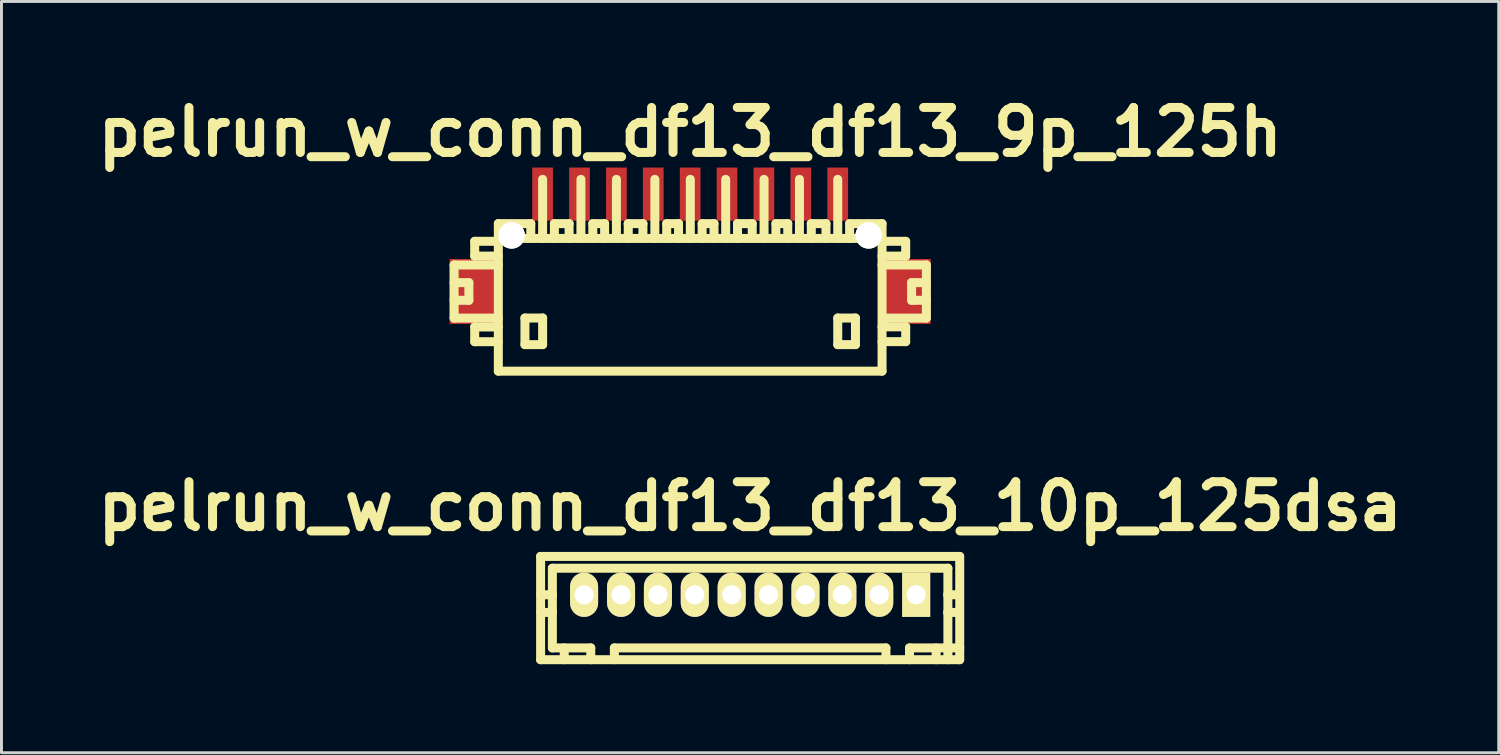
<source format=kicad_pcb>
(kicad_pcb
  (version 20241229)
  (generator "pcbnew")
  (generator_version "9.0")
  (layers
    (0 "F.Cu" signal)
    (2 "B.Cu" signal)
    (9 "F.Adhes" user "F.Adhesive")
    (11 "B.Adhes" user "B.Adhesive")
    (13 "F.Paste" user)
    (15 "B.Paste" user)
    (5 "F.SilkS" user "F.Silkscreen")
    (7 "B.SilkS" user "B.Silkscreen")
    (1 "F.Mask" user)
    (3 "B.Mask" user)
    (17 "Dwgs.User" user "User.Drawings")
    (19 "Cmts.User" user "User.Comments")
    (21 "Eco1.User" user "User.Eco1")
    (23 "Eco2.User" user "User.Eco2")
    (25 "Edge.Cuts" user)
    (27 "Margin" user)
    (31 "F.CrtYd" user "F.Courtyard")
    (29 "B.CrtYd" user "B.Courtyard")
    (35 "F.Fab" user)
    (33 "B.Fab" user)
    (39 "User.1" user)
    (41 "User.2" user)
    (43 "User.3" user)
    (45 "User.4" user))
  (footprint "pelrun_w_conn_df13_df13_9p_125h"
    (layer "F.Cu")
    (at 20.335 7.027)
    (property "Reference" "pelrun_w_conn_df13_df13_9p_125h" (at 0 -5.601 0) (layer "F.SilkS") (effects (font (size 1.524 1.524) (thickness 0.305))))
    (attr through_hole)
    (fp_line (start -7.998 -1.1) (end -7.998 0.701) (stroke (width 0.305) (type solid)) (layer "F.SilkS"))
    (fp_line (start -7.998 0.701) (end -6.5 0.701) (stroke (width 0.305) (type solid)) (layer "F.SilkS"))
    (fp_line (start -7.498 -0.5) (end -7.998 -0.5) (stroke (width 0.305) (type solid)) (layer "F.SilkS"))
    (fp_line (start -7.498 0.099) (end -7.998 0.099) (stroke (width 0.305) (type solid)) (layer "F.SilkS"))
    (fp_line (start -7.498 0.099) (end -7.498 -0.5) (stroke (width 0.305) (type solid)) (layer "F.SilkS"))
    (fp_line (start -7.3 -1.9) (end -7.3 -1.4) (stroke (width 0.305) (type solid)) (layer "F.SilkS"))
    (fp_line (start -7.3 -1.9) (end -6.5 -1.9) (stroke (width 0.305) (type solid)) (layer "F.SilkS"))
    (fp_line (start -7.3 1.001) (end -7.3 1.501) (stroke (width 0.305) (type solid)) (layer "F.SilkS"))
    (fp_line (start -7.3 1.501) (end -6.5 1.501) (stroke (width 0.305) (type solid)) (layer "F.SilkS"))
    (fp_line (start -6.5 -1.999) (end 6.5 -1.999) (stroke (width 0.305) (type solid)) (layer "F.SilkS"))
    (fp_line (start -6.5 -1.4) (end -7.3 -1.4) (stroke (width 0.305) (type solid)) (layer "F.SilkS"))
    (fp_line (start -6.5 -1.1) (end -7.998 -1.1) (stroke (width 0.305) (type solid)) (layer "F.SilkS"))
    (fp_line (start -6.5 1.001) (end -7.3 1.001) (stroke (width 0.305) (type solid)) (layer "F.SilkS"))
    (fp_line (start -6.5 2.499) (end -6.5 -2.499) (stroke (width 0.305) (type solid)) (layer "F.SilkS"))
    (fp_line (start -5.598 0.699) (end -5.598 1.6) (stroke (width 0.305) (type solid)) (layer "F.SilkS"))
    (fp_line (start -5.598 1.6) (end -4.999 1.6) (stroke (width 0.305) (type solid)) (layer "F.SilkS"))
    (fp_line (start -5.4 -2.499) (end -6.5 -2.499) (stroke (width 0.305) (type solid)) (layer "F.SilkS"))
    (fp_line (start -5.4 -2.499) (end -5.4 -1.999) (stroke (width 0.305) (type solid)) (layer "F.SilkS"))
    (fp_line (start -4.999 -4) (end -4.999 -1.999) (stroke (width 0.305) (type solid)) (layer "F.SilkS"))
    (fp_line (start -4.999 0.699) (end -5.598 0.699) (stroke (width 0.305) (type solid)) (layer "F.SilkS"))
    (fp_line (start -4.999 1.6) (end -4.999 0.699) (stroke (width 0.305) (type solid)) (layer "F.SilkS"))
    (fp_line (start -4.602 -2.499) (end -4.102 -2.499) (stroke (width 0.305) (type solid)) (layer "F.SilkS"))
    (fp_line (start -4.6 -1.999) (end -4.6 -2.499) (stroke (width 0.305) (type solid)) (layer "F.SilkS"))
    (fp_line (start -4.102 -2.499) (end -4.102 -1.999) (stroke (width 0.305) (type solid)) (layer "F.SilkS"))
    (fp_line (start -3.701 -1.999) (end -3.701 -4) (stroke (width 0.305) (type solid)) (layer "F.SilkS"))
    (fp_line (start -3.299 -2.499) (end -3.299 -1.999) (stroke (width 0.305) (type solid)) (layer "F.SilkS"))
    (fp_line (start -2.898 -2.499) (end -3.299 -2.499) (stroke (width 0.305) (type solid)) (layer "F.SilkS"))
    (fp_line (start -2.898 -2.499) (end -2.898 -1.999) (stroke (width 0.305) (type solid)) (layer "F.SilkS"))
    (fp_line (start -2.499 -1.999) (end -2.499 -4) (stroke (width 0.305) (type solid)) (layer "F.SilkS"))
    (fp_line (start -2.101 -2.499) (end -1.6 -2.499) (stroke (width 0.305) (type solid)) (layer "F.SilkS"))
    (fp_line (start -2.098 -1.999) (end -2.098 -2.499) (stroke (width 0.305) (type solid)) (layer "F.SilkS"))
    (fp_line (start -1.6 -2.499) (end -1.6 -1.999) (stroke (width 0.305) (type solid)) (layer "F.SilkS"))
    (fp_line (start -1.196 -1.999) (end -1.196 -4) (stroke (width 0.305) (type solid)) (layer "F.SilkS"))
    (fp_line (start -0.795 -2.499) (end -0.795 -1.999) (stroke (width 0.305) (type solid)) (layer "F.SilkS"))
    (fp_line (start -0.394 -2.499) (end -0.795 -2.499) (stroke (width 0.305) (type solid)) (layer "F.SilkS"))
    (fp_line (start -0.394 -2.499) (end -0.394 -1.999) (stroke (width 0.305) (type solid)) (layer "F.SilkS"))
    (fp_line (start 0.005 -1.999) (end 0.005 -4) (stroke (width 0.305) (type solid)) (layer "F.SilkS"))
    (fp_line (start 0.406 -2.499) (end 0.406 -1.999) (stroke (width 0.305) (type solid)) (layer "F.SilkS"))
    (fp_line (start 0.808 -2.499) (end 0.406 -2.499) (stroke (width 0.305) (type solid)) (layer "F.SilkS"))
    (fp_line (start 0.808 -2.499) (end 0.808 -1.999) (stroke (width 0.305) (type solid)) (layer "F.SilkS"))
    (fp_line (start 1.204 -1.999) (end 1.204 -4) (stroke (width 0.305) (type solid)) (layer "F.SilkS"))
    (fp_line (start 1.603 -2.499) (end 2.103 -2.499) (stroke (width 0.305) (type solid)) (layer "F.SilkS"))
    (fp_line (start 1.605 -1.999) (end 1.605 -2.499) (stroke (width 0.305) (type solid)) (layer "F.SilkS"))
    (fp_line (start 2.103 -2.499) (end 2.103 -1.999) (stroke (width 0.305) (type solid)) (layer "F.SilkS"))
    (fp_line (start 2.504 -1.999) (end 2.504 -4) (stroke (width 0.305) (type solid)) (layer "F.SilkS"))
    (fp_line (start 2.906 -2.499) (end 2.906 -1.999) (stroke (width 0.305) (type solid)) (layer "F.SilkS"))
    (fp_line (start 3.307 -2.499) (end 2.906 -2.499) (stroke (width 0.305) (type solid)) (layer "F.SilkS"))
    (fp_line (start 3.307 -2.499) (end 3.307 -1.999) (stroke (width 0.305) (type solid)) (layer "F.SilkS"))
    (fp_line (start 3.703 -1.999) (end 3.703 -4) (stroke (width 0.305) (type solid)) (layer "F.SilkS"))
    (fp_line (start 4.102 -2.499) (end 4.602 -2.499) (stroke (width 0.305) (type solid)) (layer "F.SilkS"))
    (fp_line (start 4.105 -1.999) (end 4.105 -2.499) (stroke (width 0.305) (type solid)) (layer "F.SilkS"))
    (fp_line (start 4.602 -2.499) (end 4.602 -1.999) (stroke (width 0.305) (type solid)) (layer "F.SilkS"))
    (fp_line (start 5.001 -1.999) (end 5.001 -4) (stroke (width 0.305) (type solid)) (layer "F.SilkS"))
    (fp_line (start 5.001 0.699) (end 5.601 0.699) (stroke (width 0.305) (type solid)) (layer "F.SilkS"))
    (fp_line (start 5.001 1.6) (end 5.001 0.699) (stroke (width 0.305) (type solid)) (layer "F.SilkS"))
    (fp_line (start 5.403 -2.499) (end 5.403 -1.999) (stroke (width 0.305) (type solid)) (layer "F.SilkS"))
    (fp_line (start 5.601 0.699) (end 5.601 1.6) (stroke (width 0.305) (type solid)) (layer "F.SilkS"))
    (fp_line (start 5.601 1.6) (end 5.001 1.6) (stroke (width 0.305) (type solid)) (layer "F.SilkS"))
    (fp_line (start 6.5 2.499) (end -6.5 2.499) (stroke (width 0.305) (type solid)) (layer "F.SilkS"))
    (fp_line (start 6.502 -2.499) (end 5.403 -2.499) (stroke (width 0.305) (type solid)) (layer "F.SilkS"))
    (fp_line (start 6.502 -2.499) (end 6.502 2.499) (stroke (width 0.305) (type solid)) (layer "F.SilkS"))
    (fp_line (start 6.502 -1.9) (end 7.303 -1.9) (stroke (width 0.305) (type solid)) (layer "F.SilkS"))
    (fp_line (start 6.502 0.998) (end 7.303 0.998) (stroke (width 0.305) (type solid)) (layer "F.SilkS"))
    (fp_line (start 7.303 -1.9) (end 7.303 -1.4) (stroke (width 0.305) (type solid)) (layer "F.SilkS"))
    (fp_line (start 7.303 -1.4) (end 6.502 -1.4) (stroke (width 0.305) (type solid)) (layer "F.SilkS"))
    (fp_line (start 7.303 0.998) (end 7.303 1.499) (stroke (width 0.305) (type solid)) (layer "F.SilkS"))
    (fp_line (start 7.303 1.499) (end 6.502 1.499) (stroke (width 0.305) (type solid)) (layer "F.SilkS"))
    (fp_line (start 7.503 0.099) (end 7.503 -0.5) (stroke (width 0.305) (type solid)) (layer "F.SilkS"))
    (fp_line (start 8.001 -1.1) (end 6.502 -1.1) (stroke (width 0.305) (type solid)) (layer "F.SilkS"))
    (fp_line (start 8.001 0.701) (end 6.601 0.701) (stroke (width 0.305) (type solid)) (layer "F.SilkS"))
    (fp_line (start 8.004 -1.1) (end 8.004 0.701) (stroke (width 0.305) (type solid)) (layer "F.SilkS"))
    (fp_line (start 8.004 -0.5) (end 7.503 -0.5) (stroke (width 0.305) (type solid)) (layer "F.SilkS"))
    (fp_line (start 8.004 0.099) (end 7.503 0.099) (stroke (width 0.305) (type solid)) (layer "F.SilkS"))
    (pad "" smd rect (at -7.351 -0.201) (size 1.6 2.2) (layers "F.Cu" "F.Mask" "F.Paste"))
    (pad "" np_thru_hole circle (at -6.05 -2.101) (size 0.899 0.899) (drill 0.899) (layers "*.Cu" "*.Mask" "F.SilkS"))
    (pad "" np_thru_hole circle (at 6.05 -2.101) (size 0.899 0.899) (drill 0.899) (layers "*.Cu" "*.Mask" "F.SilkS"))
    (pad "" smd rect (at 7.351 -0.201) (size 1.6 2.2) (layers "F.Cu" "F.Mask" "F.Paste"))
    (pad "1" smd rect (at 5.001 -3.5) (size 0.701 1.801) (layers "F.Cu" "F.Mask" "F.Paste"))
    (pad "2" smd rect (at 3.749 -3.5) (size 0.701 1.801) (layers "F.Cu" "F.Mask" "F.Paste"))
    (pad "3" smd rect (at 2.499 -3.5) (size 0.701 1.801) (layers "F.Cu" "F.Mask" "F.Paste"))
    (pad "4" smd rect (at 1.25 -3.5) (size 0.701 1.801) (layers "F.Cu" "F.Mask" "F.Paste"))
    (pad "5" smd rect (at 0 -3.5) (size 0.701 1.801) (layers "F.Cu" "F.Mask" "F.Paste"))
    (pad "6" smd rect (at -1.25 -3.5) (size 0.701 1.801) (layers "F.Cu" "F.Mask" "F.Paste"))
    (pad "7" smd rect (at -2.499 -3.5) (size 0.701 1.801) (layers "F.Cu" "F.Mask" "F.Paste"))
    (pad "8" smd rect (at -3.749 -3.5) (size 0.701 1.801) (layers "F.Cu" "F.Mask" "F.Paste"))
    (pad "9" smd rect (at -5.001 -3.5) (size 0.701 1.801) (layers "F.Cu" "F.Mask" "F.Paste")))
  (footprint "pelrun_w_conn_df13_df13_10p_125dsa"
    (layer "F.Cu")
    (at 22.367 17.103)
    (property "Reference" "pelrun_w_conn_df13_df13_10p_125dsa" (at 0 -2.997 0) (layer "F.SilkS") (effects (font (size 1.524 1.524) (thickness 0.305))))
    (attr through_hole)
    (fp_line (start -7.099 2.2) (end -7.099 -1.3) (stroke (width 0.305) (type solid)) (layer "F.SilkS"))
    (fp_line (start -6.701 -0.899) (end -6.701 1.801) (stroke (width 0.305) (type solid)) (layer "F.SilkS"))
    (fp_line (start -6.701 -0.899) (end 6.701 -0.899) (stroke (width 0.305) (type solid)) (layer "F.SilkS"))
    (fp_line (start -6.695 0) (end -7.097 0) (stroke (width 0.305) (type solid)) (layer "F.SilkS"))
    (fp_line (start -6.695 0.599) (end -7.097 0.599) (stroke (width 0.305) (type solid)) (layer "F.SilkS"))
    (fp_line (start -6.299 1.801) (end -6.299 2.2) (stroke (width 0.305) (type solid)) (layer "F.SilkS"))
    (fp_line (start -5.7 -0.099) (end -5.7 0.099) (stroke (width 0.305) (type solid)) (layer "F.SilkS"))
    (fp_line (start -5.7 0.099) (end -5.499 0.099) (stroke (width 0.305) (type solid)) (layer "F.SilkS"))
    (fp_line (start -5.499 -0.099) (end -5.7 -0.099) (stroke (width 0.305) (type solid)) (layer "F.SilkS"))
    (fp_line (start -5.499 0.099) (end -5.499 -0.099) (stroke (width 0.305) (type solid)) (layer "F.SilkS"))
    (fp_line (start -5.4 1.801) (end -6.701 1.801) (stroke (width 0.305) (type solid)) (layer "F.SilkS"))
    (fp_line (start -5.4 1.801) (end -5.4 2.2) (stroke (width 0.305) (type solid)) (layer "F.SilkS"))
    (fp_line (start -4.6 1.801) (end 4.6 1.801) (stroke (width 0.305) (type solid)) (layer "F.SilkS"))
    (fp_line (start -4.6 2.2) (end -4.6 1.801) (stroke (width 0.305) (type solid)) (layer "F.SilkS"))
    (fp_line (start -4.501 -0.099) (end -4.501 0.099) (stroke (width 0.305) (type solid)) (layer "F.SilkS"))
    (fp_line (start -4.501 0.099) (end -4.3 0.099) (stroke (width 0.305) (type solid)) (layer "F.SilkS"))
    (fp_line (start -4.3 -0.099) (end -4.501 -0.099) (stroke (width 0.305) (type solid)) (layer "F.SilkS"))
    (fp_line (start -4.3 0.099) (end -4.3 -0.099) (stroke (width 0.305) (type solid)) (layer "F.SilkS"))
    (fp_line (start -3.2 -0.099) (end -3.2 0.099) (stroke (width 0.305) (type solid)) (layer "F.SilkS"))
    (fp_line (start -3.2 0.099) (end -3 0.099) (stroke (width 0.305) (type solid)) (layer "F.SilkS"))
    (fp_line (start -3 -0.099) (end -3.2 -0.099) (stroke (width 0.305) (type solid)) (layer "F.SilkS"))
    (fp_line (start -3 0.099) (end -3 -0.099) (stroke (width 0.305) (type solid)) (layer "F.SilkS"))
    (fp_line (start -1.999 -0.099) (end -1.999 0.099) (stroke (width 0.305) (type solid)) (layer "F.SilkS"))
    (fp_line (start -1.999 0.099) (end -1.801 0.099) (stroke (width 0.305) (type solid)) (layer "F.SilkS"))
    (fp_line (start -1.801 -0.099) (end -1.999 -0.099) (stroke (width 0.305) (type solid)) (layer "F.SilkS"))
    (fp_line (start -1.801 0.099) (end -1.801 -0.099) (stroke (width 0.305) (type solid)) (layer "F.SilkS"))
    (fp_line (start -0.701 -0.099) (end -0.701 0.099) (stroke (width 0.305) (type solid)) (layer "F.SilkS"))
    (fp_line (start -0.701 0.099) (end -0.5 0.099) (stroke (width 0.305) (type solid)) (layer "F.SilkS"))
    (fp_line (start -0.5 -0.099) (end -0.701 -0.099) (stroke (width 0.305) (type solid)) (layer "F.SilkS"))
    (fp_line (start -0.5 0.099) (end -0.5 -0.099) (stroke (width 0.305) (type solid)) (layer "F.SilkS"))
    (fp_line (start 0.5 -0.099) (end 0.701 -0.099) (stroke (width 0.305) (type solid)) (layer "F.SilkS"))
    (fp_line (start 0.5 0.099) (end 0.5 -0.099) (stroke (width 0.305) (type solid)) (layer "F.SilkS"))
    (fp_line (start 0.701 -0.099) (end 0.701 0.099) (stroke (width 0.305) (type solid)) (layer "F.SilkS"))
    (fp_line (start 0.701 0.099) (end 0.5 0.099) (stroke (width 0.305) (type solid)) (layer "F.SilkS"))
    (fp_line (start 1.801 -0.099) (end 1.999 -0.099) (stroke (width 0.305) (type solid)) (layer "F.SilkS"))
    (fp_line (start 1.801 0.099) (end 1.801 -0.099) (stroke (width 0.305) (type solid)) (layer "F.SilkS"))
    (fp_line (start 1.999 -0.099) (end 1.999 0.099) (stroke (width 0.305) (type solid)) (layer "F.SilkS"))
    (fp_line (start 1.999 0.099) (end 1.801 0.099) (stroke (width 0.305) (type solid)) (layer "F.SilkS"))
    (fp_line (start 3 -0.099) (end 3.2 -0.099) (stroke (width 0.305) (type solid)) (layer "F.SilkS"))
    (fp_line (start 3 0.099) (end 3 -0.099) (stroke (width 0.305) (type solid)) (layer "F.SilkS"))
    (fp_line (start 3.2 -0.099) (end 3.2 0.099) (stroke (width 0.305) (type solid)) (layer "F.SilkS"))
    (fp_line (start 3.2 0.099) (end 3 0.099) (stroke (width 0.305) (type solid)) (layer "F.SilkS"))
    (fp_line (start 4.3 -0.099) (end 4.501 -0.099) (stroke (width 0.305) (type solid)) (layer "F.SilkS"))
    (fp_line (start 4.3 0.099) (end 4.3 -0.099) (stroke (width 0.305) (type solid)) (layer "F.SilkS"))
    (fp_line (start 4.501 -0.099) (end 4.501 0.099) (stroke (width 0.305) (type solid)) (layer "F.SilkS"))
    (fp_line (start 4.501 0.099) (end 4.3 0.099) (stroke (width 0.305) (type solid)) (layer "F.SilkS"))
    (fp_line (start 4.602 2.2) (end 4.602 1.801) (stroke (width 0.305) (type solid)) (layer "F.SilkS"))
    (fp_line (start 5.4 1.801) (end 5.4 2.2) (stroke (width 0.305) (type solid)) (layer "F.SilkS"))
    (fp_line (start 5.4 1.801) (end 7.102 1.801) (stroke (width 0.305) (type solid)) (layer "F.SilkS"))
    (fp_line (start 5.499 -0.099) (end 5.7 -0.099) (stroke (width 0.305) (type solid)) (layer "F.SilkS"))
    (fp_line (start 5.499 0.099) (end 5.499 -0.099) (stroke (width 0.305) (type solid)) (layer "F.SilkS"))
    (fp_line (start 5.7 -0.099) (end 5.7 0.099) (stroke (width 0.305) (type solid)) (layer "F.SilkS"))
    (fp_line (start 5.7 0.099) (end 5.499 0.099) (stroke (width 0.305) (type solid)) (layer "F.SilkS"))
    (fp_line (start 6.302 1.801) (end 6.302 2.2) (stroke (width 0.305) (type solid)) (layer "F.SilkS"))
    (fp_line (start 6.693 0) (end 7.094 0) (stroke (width 0.305) (type solid)) (layer "F.SilkS"))
    (fp_line (start 6.701 -0.899) (end 6.701 2.2) (stroke (width 0.305) (type solid)) (layer "F.SilkS"))
    (fp_line (start 7.094 0.599) (end 6.693 0.599) (stroke (width 0.305) (type solid)) (layer "F.SilkS"))
    (fp_line (start 7.099 -1.3) (end -7.099 -1.3) (stroke (width 0.305) (type solid)) (layer "F.SilkS"))
    (fp_line (start 7.099 2.2) (end -7.099 2.2) (stroke (width 0.305) (type solid)) (layer "F.SilkS"))
    (fp_line (start 7.102 -1.3) (end 7.102 2.2) (stroke (width 0.305) (type solid)) (layer "F.SilkS"))
    (pad "1" thru_hole rect (at 5.626 0) (size 0.95 1.499) (drill 0.648) (layers "*.Cu" "*.Mask" "F.SilkS"))
    (pad "2" thru_hole oval (at 4.374 0) (size 0.95 1.499) (drill 0.648) (layers "*.Cu" "*.Mask" "F.SilkS"))
    (pad "3" thru_hole oval (at 3.124 0) (size 0.95 1.499) (drill 0.648) (layers "*.Cu" "*.Mask" "F.SilkS"))
    (pad "4" thru_hole oval (at 1.875 0) (size 0.95 1.499) (drill 0.648) (layers "*.Cu" "*.Mask" "F.SilkS"))
    (pad "5" thru_hole oval (at 0.625 0) (size 0.95 1.499) (drill 0.648) (layers "*.Cu" "*.Mask" "F.SilkS"))
    (pad "6" thru_hole oval (at -0.625 0) (size 0.95 1.499) (drill 0.648) (layers "*.Cu" "*.Mask" "F.SilkS"))
    (pad "7" thru_hole oval (at -1.875 0) (size 0.95 1.499) (drill 0.648) (layers "*.Cu" "*.Mask" "F.SilkS"))
    (pad "8" thru_hole oval (at -3.124 0) (size 0.95 1.499) (drill 0.648) (layers "*.Cu" "*.Mask" "F.SilkS"))
    (pad "9" thru_hole oval (at -4.374 0) (size 0.95 1.499) (drill 0.648) (layers "*.Cu" "*.Mask" "F.SilkS"))
    (pad "10" thru_hole oval (at -5.626 0) (size 0.95 1.499) (drill 0.648) (layers "*.Cu" "*.Mask" "F.SilkS")))
  (gr_rect
    (start -3 -3)
    (end 47.733 22.455)
    (stroke (width 0.1) (type default))
    (fill no)
    (layer "Edge.Cuts")))
</source>
